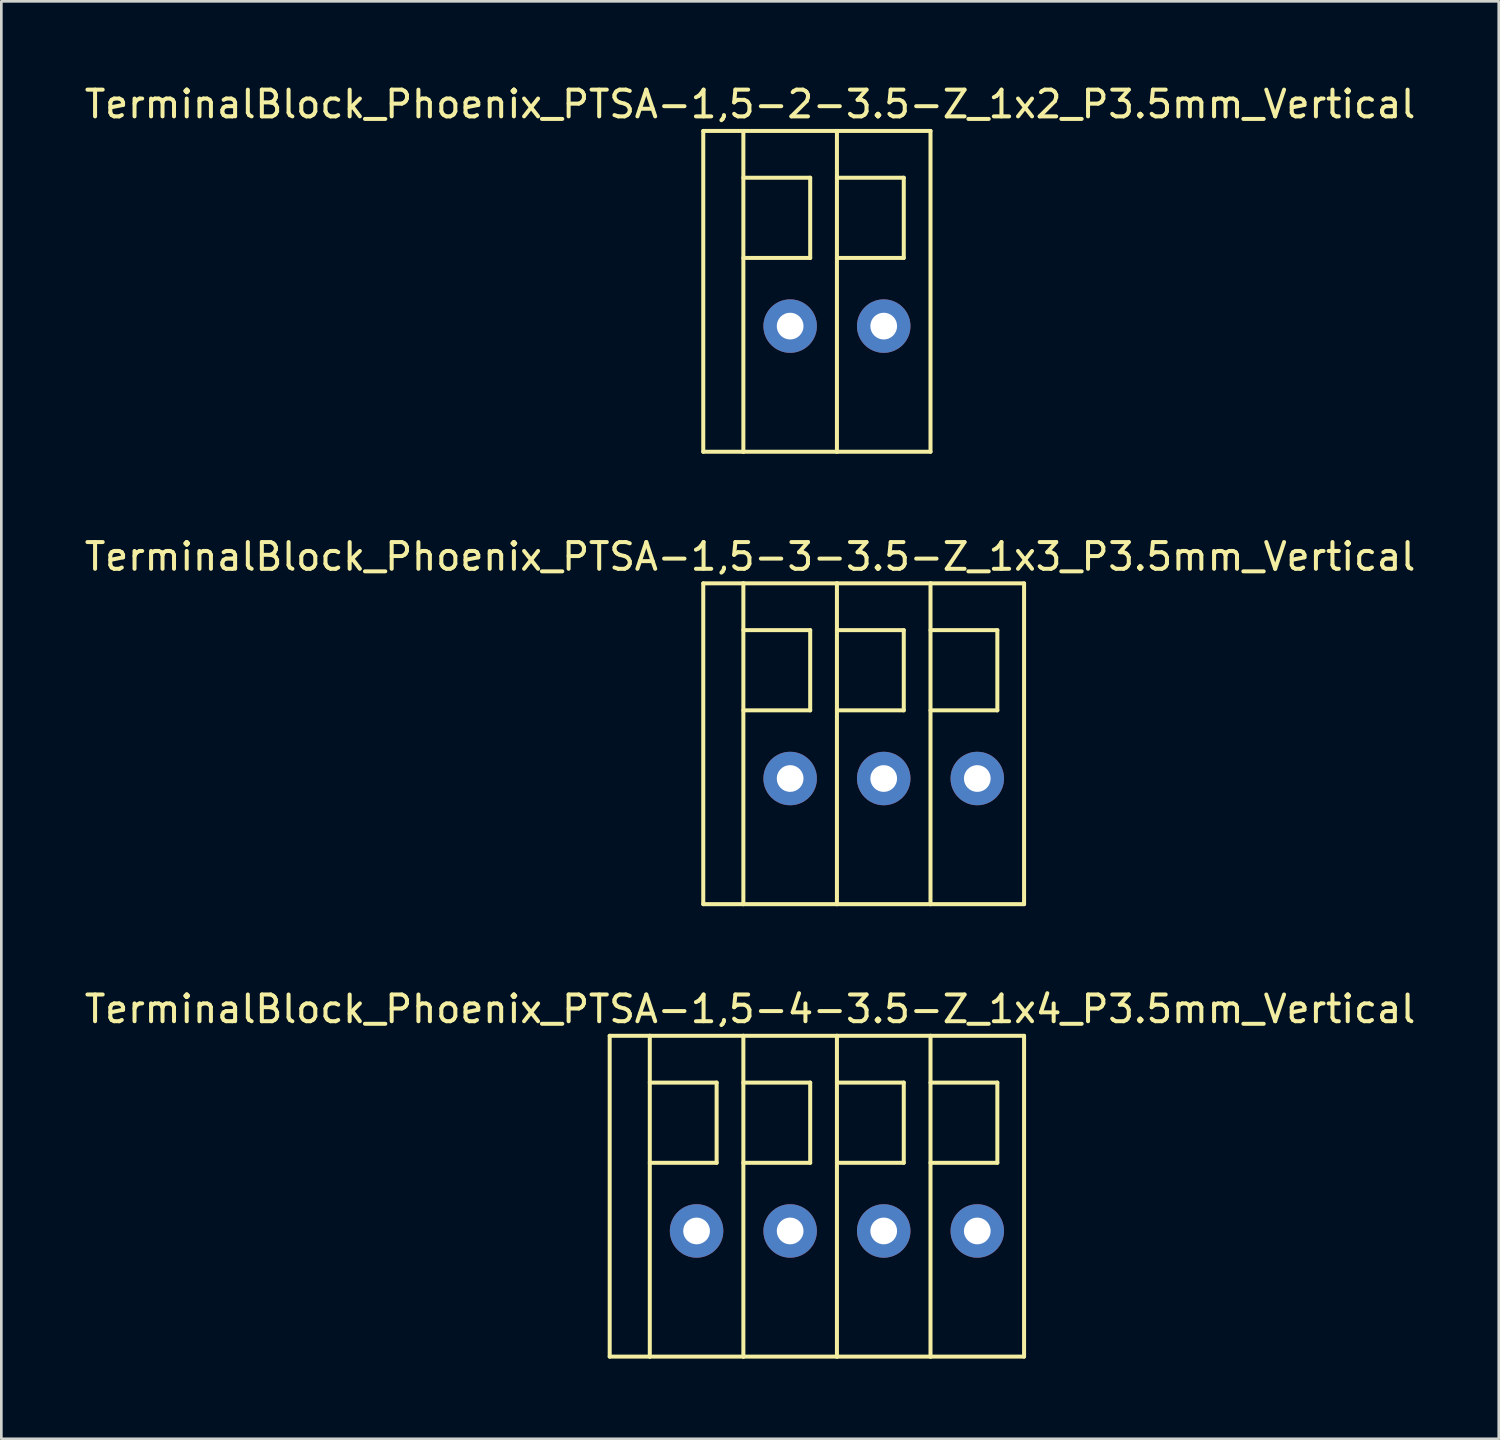
<source format=kicad_pcb>
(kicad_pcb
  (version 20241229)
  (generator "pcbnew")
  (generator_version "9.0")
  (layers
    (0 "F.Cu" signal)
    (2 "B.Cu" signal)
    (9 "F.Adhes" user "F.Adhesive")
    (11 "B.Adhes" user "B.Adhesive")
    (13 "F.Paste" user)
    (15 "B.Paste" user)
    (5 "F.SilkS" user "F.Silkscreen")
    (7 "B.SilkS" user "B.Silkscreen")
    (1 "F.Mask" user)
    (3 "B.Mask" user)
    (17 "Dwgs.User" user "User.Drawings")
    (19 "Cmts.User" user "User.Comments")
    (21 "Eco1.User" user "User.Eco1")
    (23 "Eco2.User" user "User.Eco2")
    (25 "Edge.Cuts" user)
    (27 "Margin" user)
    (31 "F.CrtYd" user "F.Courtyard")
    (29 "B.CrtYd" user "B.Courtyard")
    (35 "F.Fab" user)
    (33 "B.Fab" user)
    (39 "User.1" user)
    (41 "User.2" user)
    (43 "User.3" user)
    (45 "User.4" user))
  (footprint "TerminalBlock_Phoenix_PTSA-1,5-2-3.5-Z_1x2_P3.5mm_Vertical"
    (layer "F.Cu")
    (at 28.256 7.848)
    (property "Reference" "TerminalBlock_Phoenix_PTSA-1,5-2-3.5-Z_1x2_P3.5mm_Vertical" (at -3.25 -7 0) (layer "F.SilkS") (effects (font (size 1 1) (thickness 0.15))))
    (attr through_hole)
    (fp_line (start -5 -6) (end -5 6) (stroke (width 0.15) (type solid)) (layer "F.SilkS"))
    (fp_line (start -5 6) (end -3.5 6) (stroke (width 0.15) (type solid)) (layer "F.SilkS"))
    (fp_line (start -3.5 -6) (end -5 -6) (stroke (width 0.15) (type solid)) (layer "F.SilkS"))
    (fp_line (start -3.5 -6) (end -3.5 6) (stroke (width 0.15) (type solid)) (layer "F.SilkS"))
    (fp_line (start -3.5 -4.25) (end -1 -4.25) (stroke (width 0.15) (type solid)) (layer "F.SilkS"))
    (fp_line (start -3.5 6) (end 0 6) (stroke (width 0.15) (type solid)) (layer "F.SilkS"))
    (fp_line (start -1 -4.25) (end -1 -1.25) (stroke (width 0.15) (type solid)) (layer "F.SilkS"))
    (fp_line (start -1 -1.25) (end -3.5 -1.25) (stroke (width 0.15) (type solid)) (layer "F.SilkS"))
    (fp_line (start 0 -6) (end -3.5 -6) (stroke (width 0.15) (type solid)) (layer "F.SilkS"))
    (fp_line (start 0 -6) (end 0 6) (stroke (width 0.15) (type solid)) (layer "F.SilkS"))
    (fp_line (start 0 -4.25) (end 2.5 -4.25) (stroke (width 0.15) (type solid)) (layer "F.SilkS"))
    (fp_line (start 0 6) (end 3.5 6) (stroke (width 0.15) (type solid)) (layer "F.SilkS"))
    (fp_line (start 2.5 -4.25) (end 2.5 -1.25) (stroke (width 0.15) (type solid)) (layer "F.SilkS"))
    (fp_line (start 2.5 -1.25) (end 0 -1.25) (stroke (width 0.15) (type solid)) (layer "F.SilkS"))
    (fp_line (start 3.5 -6) (end 0 -6) (stroke (width 0.15) (type solid)) (layer "F.SilkS"))
    (fp_line (start 3.5 6) (end 3.5 -6) (stroke (width 0.15) (type solid)) (layer "F.SilkS"))
    (pad "1" thru_hole circle (at 1.75 1.3) (size 2 2) (drill 1) (layers "*.Cu" "*.Mask"))
    (pad "2" thru_hole circle (at -1.75 1.3) (size 2 2) (drill 1) (layers "*.Cu" "*.Mask")))
  (footprint "TerminalBlock_Phoenix_PTSA-1,5-3-3.5-Z_1x3_P3.5mm_Vertical"
    (layer "F.Cu")
    (at 30.006 24.771)
    (property "Reference" "TerminalBlock_Phoenix_PTSA-1,5-3-3.5-Z_1x3_P3.5mm_Vertical" (at -5 -7 0) (layer "F.SilkS") (effects (font (size 1 1) (thickness 0.15))))
    (attr through_hole)
    (fp_line (start -6.75 -6) (end -6.75 6) (stroke (width 0.15) (type solid)) (layer "F.SilkS"))
    (fp_line (start -6.75 6) (end -5.25 6) (stroke (width 0.15) (type solid)) (layer "F.SilkS"))
    (fp_line (start -5.25 -6) (end -6.75 -6) (stroke (width 0.15) (type solid)) (layer "F.SilkS"))
    (fp_line (start -5.25 -6) (end -5.25 6) (stroke (width 0.15) (type solid)) (layer "F.SilkS"))
    (fp_line (start -5.25 -4.25) (end -2.75 -4.25) (stroke (width 0.15) (type solid)) (layer "F.SilkS"))
    (fp_line (start -5.25 6) (end -1.75 6) (stroke (width 0.15) (type solid)) (layer "F.SilkS"))
    (fp_line (start -2.75 -4.25) (end -2.75 -1.25) (stroke (width 0.15) (type solid)) (layer "F.SilkS"))
    (fp_line (start -2.75 -1.25) (end -5.25 -1.25) (stroke (width 0.15) (type solid)) (layer "F.SilkS"))
    (fp_line (start -1.75 -6) (end -5.25 -6) (stroke (width 0.15) (type solid)) (layer "F.SilkS"))
    (fp_line (start -1.75 -6) (end -1.75 6) (stroke (width 0.15) (type solid)) (layer "F.SilkS"))
    (fp_line (start -1.75 -4.25) (end 0.75 -4.25) (stroke (width 0.15) (type solid)) (layer "F.SilkS"))
    (fp_line (start -1.75 6) (end 1.75 6) (stroke (width 0.15) (type solid)) (layer "F.SilkS"))
    (fp_line (start 0.75 -4.25) (end 0.75 -1.25) (stroke (width 0.15) (type solid)) (layer "F.SilkS"))
    (fp_line (start 0.75 -1.25) (end -1.75 -1.25) (stroke (width 0.15) (type solid)) (layer "F.SilkS"))
    (fp_line (start 1.75 -6) (end -1.75 -6) (stroke (width 0.15) (type solid)) (layer "F.SilkS"))
    (fp_line (start 1.75 -6) (end 5.25 -6) (stroke (width 0.15) (type solid)) (layer "F.SilkS"))
    (fp_line (start 1.75 -4.25) (end 4.25 -4.25) (stroke (width 0.15) (type solid)) (layer "F.SilkS"))
    (fp_line (start 1.75 6) (end 1.75 -6) (stroke (width 0.15) (type solid)) (layer "F.SilkS"))
    (fp_line (start 4.25 -4.25) (end 4.25 -1.25) (stroke (width 0.15) (type solid)) (layer "F.SilkS"))
    (fp_line (start 4.25 -1.25) (end 1.75 -1.25) (stroke (width 0.15) (type solid)) (layer "F.SilkS"))
    (fp_line (start 5.25 -6) (end 5.25 6) (stroke (width 0.15) (type solid)) (layer "F.SilkS"))
    (fp_line (start 5.25 6) (end 1.75 6) (stroke (width 0.15) (type solid)) (layer "F.SilkS"))
    (pad "1" thru_hole circle (at 3.5 1.3) (size 2 2) (drill 1) (layers "*.Cu" "*.Mask"))
    (pad "2" thru_hole circle (at 0 1.3) (size 2 2) (drill 1) (layers "*.Cu" "*.Mask"))
    (pad "3" thru_hole circle (at -3.5 1.3) (size 2 2) (drill 1) (layers "*.Cu" "*.Mask")))
  (footprint "TerminalBlock_Phoenix_PTSA-1,5-4-3.5-Z_1x4_P3.5mm_Vertical"
    (layer "F.Cu")
    (at 28.256 41.695)
    (property "Reference" "TerminalBlock_Phoenix_PTSA-1,5-4-3.5-Z_1x4_P3.5mm_Vertical" (at -3.25 -7 0) (layer "F.SilkS") (effects (font (size 1 1) (thickness 0.15))))
    (attr through_hole)
    (fp_line (start -8.5 -6) (end -8.5 6) (stroke (width 0.15) (type solid)) (layer "F.SilkS"))
    (fp_line (start -8.5 -6) (end -7 -6) (stroke (width 0.15) (type solid)) (layer "F.SilkS"))
    (fp_line (start -8.5 6) (end -7 6) (stroke (width 0.15) (type solid)) (layer "F.SilkS"))
    (fp_line (start -7 -6) (end -7 6) (stroke (width 0.15) (type solid)) (layer "F.SilkS"))
    (fp_line (start -7 -6) (end -3.5 -6) (stroke (width 0.15) (type solid)) (layer "F.SilkS"))
    (fp_line (start -7 -4.25) (end -4.5 -4.25) (stroke (width 0.15) (type solid)) (layer "F.SilkS"))
    (fp_line (start -4.5 -4.25) (end -4.5 -1.25) (stroke (width 0.15) (type solid)) (layer "F.SilkS"))
    (fp_line (start -4.5 -1.25) (end -7 -1.25) (stroke (width 0.15) (type solid)) (layer "F.SilkS"))
    (fp_line (start -3.5 -6) (end -3.5 6) (stroke (width 0.15) (type solid)) (layer "F.SilkS"))
    (fp_line (start -3.5 -4.25) (end -1 -4.25) (stroke (width 0.15) (type solid)) (layer "F.SilkS"))
    (fp_line (start -3.5 6) (end -7 6) (stroke (width 0.15) (type solid)) (layer "F.SilkS"))
    (fp_line (start -3.5 6) (end 0 6) (stroke (width 0.15) (type solid)) (layer "F.SilkS"))
    (fp_line (start -1 -4.25) (end -1 -1.25) (stroke (width 0.15) (type solid)) (layer "F.SilkS"))
    (fp_line (start -1 -1.25) (end -3.5 -1.25) (stroke (width 0.15) (type solid)) (layer "F.SilkS"))
    (fp_line (start 0 -6) (end -3.5 -6) (stroke (width 0.15) (type solid)) (layer "F.SilkS"))
    (fp_line (start 0 -6) (end 0 6) (stroke (width 0.15) (type solid)) (layer "F.SilkS"))
    (fp_line (start 0 -4.25) (end 2.5 -4.25) (stroke (width 0.15) (type solid)) (layer "F.SilkS"))
    (fp_line (start 0 6) (end 3.5 6) (stroke (width 0.15) (type solid)) (layer "F.SilkS"))
    (fp_line (start 2.5 -4.25) (end 2.5 -1.25) (stroke (width 0.15) (type solid)) (layer "F.SilkS"))
    (fp_line (start 2.5 -1.25) (end 0 -1.25) (stroke (width 0.15) (type solid)) (layer "F.SilkS"))
    (fp_line (start 3.5 -6) (end 0 -6) (stroke (width 0.15) (type solid)) (layer "F.SilkS"))
    (fp_line (start 3.5 -6) (end 7 -6) (stroke (width 0.15) (type solid)) (layer "F.SilkS"))
    (fp_line (start 3.5 -4.25) (end 6 -4.25) (stroke (width 0.15) (type solid)) (layer "F.SilkS"))
    (fp_line (start 3.5 6) (end 3.5 -6) (stroke (width 0.15) (type solid)) (layer "F.SilkS"))
    (fp_line (start 6 -4.25) (end 6 -1.25) (stroke (width 0.15) (type solid)) (layer "F.SilkS"))
    (fp_line (start 6 -1.25) (end 3.5 -1.25) (stroke (width 0.15) (type solid)) (layer "F.SilkS"))
    (fp_line (start 7 -6) (end 7 6) (stroke (width 0.15) (type solid)) (layer "F.SilkS"))
    (fp_line (start 7 6) (end 3.5 6) (stroke (width 0.15) (type solid)) (layer "F.SilkS"))
    (pad "1" thru_hole circle (at 5.25 1.3) (size 2 2) (drill 1) (layers "*.Cu" "*.Mask"))
    (pad "2" thru_hole circle (at 1.75 1.3) (size 2 2) (drill 1) (layers "*.Cu" "*.Mask"))
    (pad "3" thru_hole circle (at -1.75 1.3) (size 2 2) (drill 1) (layers "*.Cu" "*.Mask"))
    (pad "4" thru_hole circle (at -5.25 1.3) (size 2 2) (drill 1) (layers "*.Cu" "*.Mask")))
  (gr_rect
    (start -3 -3)
    (end 53.012 50.77)
    (stroke (width 0.1) (type default))
    (fill no)
    (layer "Edge.Cuts")))
</source>
